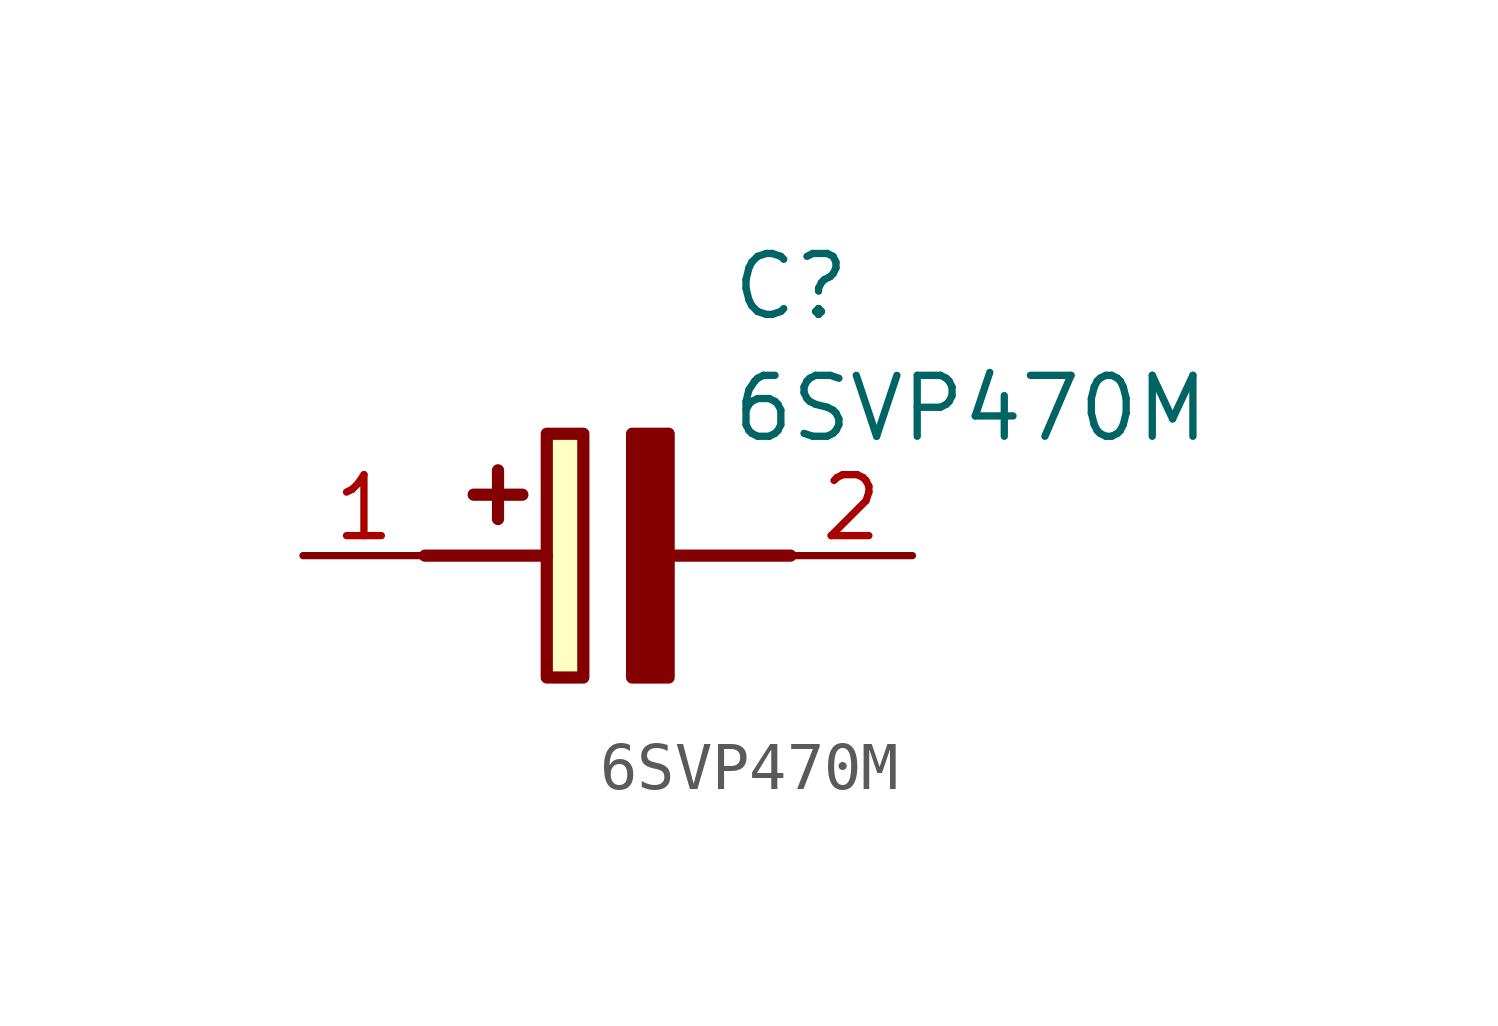
<source format=kicad_sym>
(kicad_symbol_lib
  (version 20241209)
  (generator "kicad_symbol_editor")
  (generator_version "9.0")
  (symbol "6SVP470M"
    (pin_names
      (hide yes))
    (property "Reference" "C"
      (at 8.89 6.35 0)
      (effects (font (size 1.27 1.27)) (justify left top)))
    (property "Value" "6SVP470M"
      (at 8.89 3.81 0)
      (effects (font (size 1.27 1.27)) (justify left top)))
    (symbol "6SVP470M_1_1"
      (polyline (pts (xy 2.54 0) (xy 5.08 0)) (stroke (width 0.254) (type default)) (fill (type none)))
      (polyline (pts (xy 4.064 1.778) (xy 4.064 0.762)) (stroke (width 0.254) (type default)) (fill (type none)))
      (polyline (pts (xy 4.572 1.27) (xy 3.556 1.27)) (stroke (width 0.254) (type default)) (fill (type none)))
      (rectangle (start 5.08 2.54) (end 5.842 -2.54) (stroke (width 0.254) (type default)) (fill (type background)))
      (polyline (pts (xy 7.62 2.54) (xy 7.62 -2.54) (xy 6.858 -2.54) (xy 6.858 2.54) (xy 7.62 2.54)) (stroke (width 0.254) (type default)) (fill (type outline)))
      (polyline (pts (xy 7.62 0) (xy 10.16 0)) (stroke (width 0.254) (type default)) (fill (type none)))
      (pin passive line (at 0 0 0) (length 2.54) (name "+" (effects (font (size 1.27 1.27)))) (number "1" (effects (font (size 1.27 1.27)))))
      (pin passive line (at 12.7 0 180) (length 2.54) (name "-" (effects (font (size 1.27 1.27)))) (number "2" (effects (font (size 1.27 1.27))))))))
</source>
